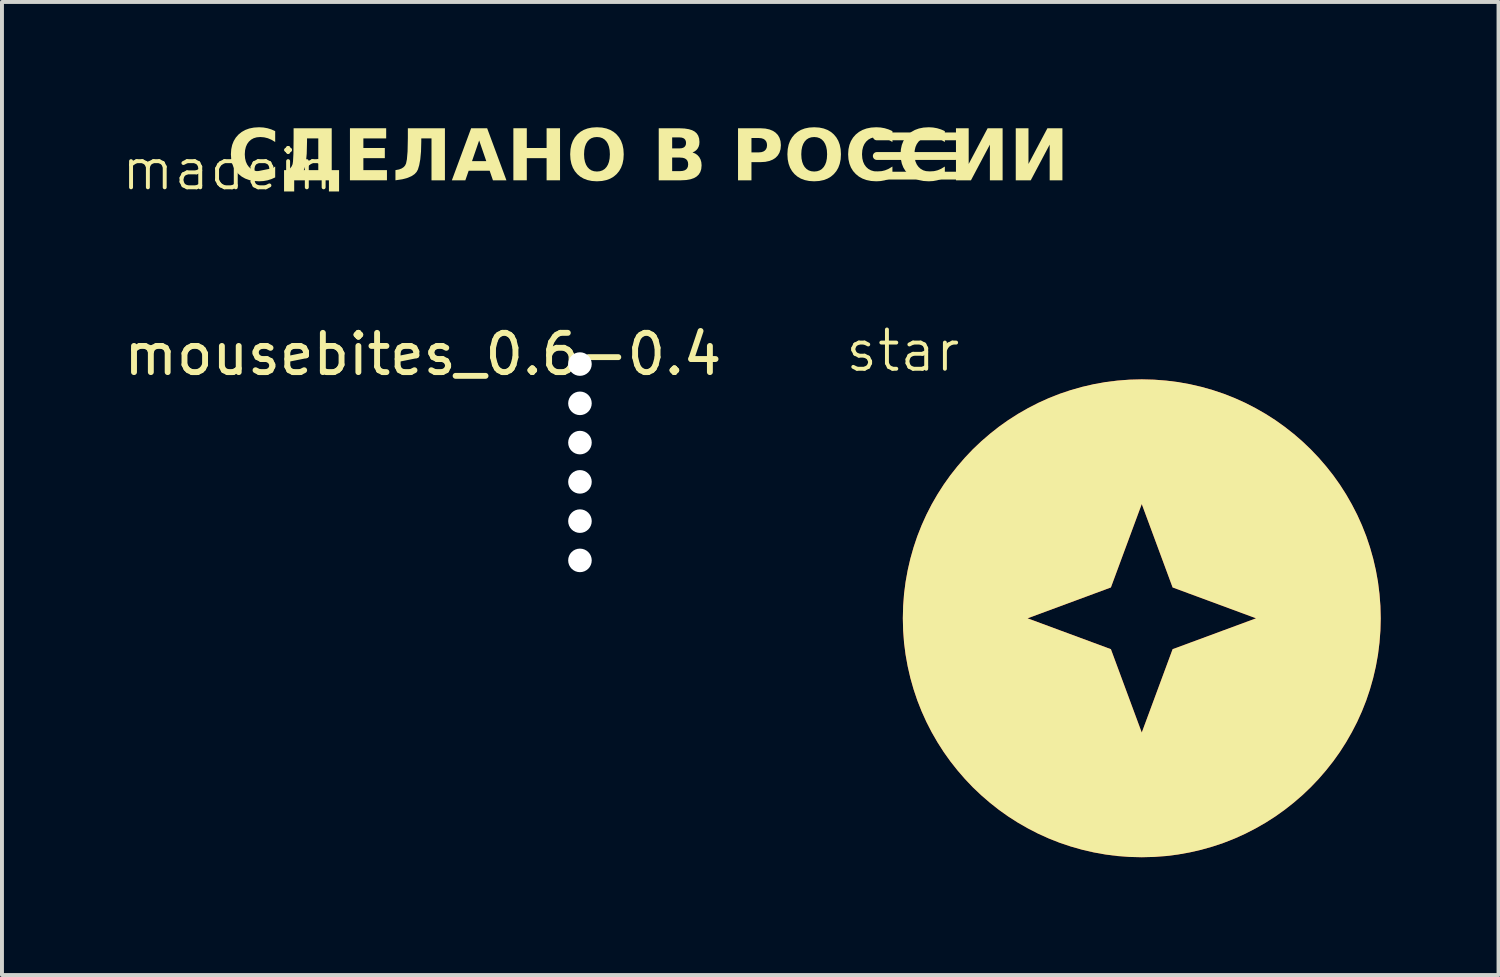
<source format=kicad_pcb>
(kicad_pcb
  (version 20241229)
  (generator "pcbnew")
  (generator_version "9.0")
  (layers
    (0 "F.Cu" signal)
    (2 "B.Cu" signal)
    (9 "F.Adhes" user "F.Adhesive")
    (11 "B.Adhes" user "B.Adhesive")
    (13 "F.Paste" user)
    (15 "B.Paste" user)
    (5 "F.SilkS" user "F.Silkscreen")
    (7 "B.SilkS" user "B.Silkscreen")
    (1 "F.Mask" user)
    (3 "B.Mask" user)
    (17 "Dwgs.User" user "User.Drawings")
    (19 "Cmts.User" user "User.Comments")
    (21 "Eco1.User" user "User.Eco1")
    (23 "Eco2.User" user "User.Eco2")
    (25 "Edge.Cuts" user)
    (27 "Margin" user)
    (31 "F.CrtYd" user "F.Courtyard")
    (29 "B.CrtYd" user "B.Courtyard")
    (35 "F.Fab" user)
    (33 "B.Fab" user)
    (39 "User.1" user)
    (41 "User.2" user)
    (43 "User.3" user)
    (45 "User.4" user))
  (footprint "madein"
    (layer "F.Cu")
    (at 2.74 1.763)
    (property "Reference" "madein" (at 0 -0.5 0) (unlocked yes) (layer "F.SilkS") (effects (font (size 1 1) (thickness 0.1))))
    (attr board_only exclude_from_pos_files exclude_from_bom)
    (fp_line (start 16.54 -1.34) (end 18.54 -1.34) (stroke (width 0.2) (type default)) (layer "F.SilkS"))
    (fp_line (start 16.54 -0.84) (end 18.54 -0.84) (stroke (width 0.2) (type default)) (layer "F.SilkS"))
    (fp_line (start 16.54 -0.34) (end 18.54 -0.34) (stroke (width 0.2) (type default)) (layer "F.SilkS"))
    (fp_text user "СДЕЛАНО В РОССИИ" (at 0 0 0) (unlocked yes) (layer "F.SilkS") (effects (font (face "GOST type B") (size 1.3 1.3) (thickness 0.2) (bold yes)) (justify left bottom))))
  (footprint "mousebites_0.6-0.4"
    (layer "F.Cu")
    (at 11.72 8.722)
    (property "Reference" "mousebites_0.6-0.4" (at -4 -2.75 0) (layer "F.SilkS") (effects (font (size 1 1) (thickness 0.15))))
    (attr board_only exclude_from_pos_files exclude_from_bom)
    (pad "" np_thru_hole circle (at 0 -2.5) (size 0.6 0.6) (drill 0.6) (layers "*.Cu" "*.Mask"))
    (pad "" np_thru_hole circle (at 0 -1.5) (size 0.6 0.6) (drill 0.6) (layers "*.Cu" "*.Mask"))
    (pad "" np_thru_hole circle (at 0 -0.5) (size 0.6 0.6) (drill 0.6) (layers "*.Cu" "*.Mask"))
    (pad "" np_thru_hole circle (at 0 0.5) (size 0.6 0.6) (drill 0.6) (layers "*.Cu" "*.Mask"))
    (pad "" np_thru_hole circle (at 0 1.5) (size 0.6 0.6) (drill 0.6) (layers "*.Cu" "*.Mask"))
    (pad "" np_thru_hole circle (at 0 2.5) (size 0.6 0.6) (drill 0.6) (layers "*.Cu" "*.Mask")))
  (footprint "star"
    (layer "F.Cu")
    (at 19.943 6.384)
    (property "Reference" "star" (at 0 -0.5 0) (unlocked yes) (layer "F.SilkS") (effects (font (size 1 1) (thickness 0.1))))
    (attr board_only exclude_from_pos_files exclude_from_bom)
    (fp_poly (pts (xy 6.399 0.235) (xy 6.708 0.259) (xy 7.012 0.297) (xy 7.312 0.351) (xy 7.606 0.419) (xy 7.895 0.501) (xy 8.178 0.596) (xy 8.454 0.705) (xy 8.724 0.827) (xy 8.986 0.962) (xy 9.241 1.108) (xy 9.488 1.266) (xy 9.726 1.436) (xy 9.956 1.617) (xy 10.177 1.808) (xy 10.388 2.009) (xy 10.59 2.221) (xy 10.781 2.442) (xy 10.962 2.671) (xy 11.132 2.91) (xy 11.29 3.157) (xy 11.436 3.412) (xy 11.571 3.674) (xy 11.693 3.944) (xy 11.802 4.22) (xy 11.897 4.503) (xy 11.979 4.792) (xy 12.047 5.086) (xy 12.101 5.386) (xy 12.139 5.69) (xy 12.163 5.999) (xy 12.171 6.313) (xy 12.163 6.626) (xy 12.139 6.935) (xy 12.101 7.239) (xy 12.047 7.539) (xy 11.979 7.833) (xy 11.897 8.122) (xy 11.802 8.405) (xy 11.693 8.681) (xy 11.571 8.951) (xy 11.436 9.213) (xy 11.29 9.468) (xy 11.132 9.715) (xy 10.962 9.954) (xy 10.781 10.183) (xy 10.59 10.404) (xy 10.388 10.616) (xy 10.177 10.817) (xy 9.956 11.008) (xy 9.726 11.189) (xy 9.488 11.359) (xy 9.241 11.517) (xy 8.986 11.663) (xy 8.724 11.798) (xy 8.454 11.92) (xy 8.178 12.029) (xy 7.895 12.124) (xy 7.606 12.206) (xy 7.312 12.274) (xy 7.012 12.328) (xy 6.708 12.367) (xy 6.399 12.39) (xy 6.085 12.398) (xy 5.772 12.39) (xy 5.463 12.367) (xy 5.159 12.328) (xy 4.859 12.274) (xy 4.565 12.206) (xy 4.276 12.124) (xy 3.993 12.029) (xy 3.717 11.92) (xy 3.447 11.798) (xy 3.185 11.663) (xy 2.93 11.517) (xy 2.683 11.359) (xy 2.444 11.189) (xy 2.215 11.008) (xy 1.994 10.817) (xy 1.782 10.616) (xy 1.581 10.404) (xy 1.39 10.183) (xy 1.209 9.954) (xy 1.039 9.715) (xy 0.881 9.468) (xy 0.734 9.213) (xy 0.6 8.951) (xy 0.478 8.681) (xy 0.369 8.405) (xy 0.274 8.122) (xy 0.192 7.833) (xy 0.124 7.539) (xy 0.07 7.239) (xy 0.031 6.935) (xy 0.008 6.626) (xy 0 6.313) (xy 3.175 6.313) (xy 5.299 7.099) (xy 6.085 9.223) (xy 6.871 7.099) (xy 8.996 6.313) (xy 6.871 5.527) (xy 6.085 3.402) (xy 5.299 5.527) (xy 3.175 6.313) (xy 0 6.313) (xy 0.008 5.999) (xy 0.031 5.69) (xy 0.07 5.386) (xy 0.124 5.086) (xy 0.192 4.792) (xy 0.274 4.503) (xy 0.369 4.22) (xy 0.478 3.944) (xy 0.6 3.674) (xy 0.734 3.412) (xy 0.881 3.157) (xy 1.039 2.91) (xy 1.209 2.671) (xy 1.39 2.442) (xy 1.581 2.221) (xy 1.782 2.009) (xy 1.994 1.808) (xy 2.215 1.617) (xy 2.444 1.436) (xy 2.683 1.266) (xy 2.93 1.108) (xy 3.185 0.962) (xy 3.447 0.827) (xy 3.717 0.705) (xy 3.993 0.596) (xy 4.276 0.501) (xy 4.565 0.419) (xy 4.859 0.351) (xy 5.159 0.297) (xy 5.463 0.259) (xy 5.772 0.235) (xy 6.085 0.227)) (stroke (width -0.000001) (type solid)) (fill yes) (layer "F.Cu"))
    (fp_poly (pts (xy 6.399 0.235) (xy 6.708 0.259) (xy 7.012 0.297) (xy 7.312 0.351) (xy 7.606 0.419) (xy 7.895 0.501) (xy 8.178 0.596) (xy 8.454 0.705) (xy 8.724 0.827) (xy 8.986 0.962) (xy 9.241 1.108) (xy 9.488 1.266) (xy 9.726 1.436) (xy 9.956 1.617) (xy 10.177 1.808) (xy 10.388 2.009) (xy 10.59 2.221) (xy 10.781 2.442) (xy 10.962 2.671) (xy 11.132 2.91) (xy 11.29 3.157) (xy 11.436 3.412) (xy 11.571 3.674) (xy 11.693 3.944) (xy 11.802 4.22) (xy 11.897 4.503) (xy 11.979 4.792) (xy 12.047 5.086) (xy 12.101 5.386) (xy 12.139 5.69) (xy 12.163 5.999) (xy 12.171 6.313) (xy 12.163 6.626) (xy 12.139 6.935) (xy 12.101 7.239) (xy 12.047 7.539) (xy 11.979 7.833) (xy 11.897 8.122) (xy 11.802 8.405) (xy 11.693 8.681) (xy 11.571 8.951) (xy 11.436 9.213) (xy 11.29 9.468) (xy 11.132 9.715) (xy 10.962 9.954) (xy 10.781 10.183) (xy 10.59 10.404) (xy 10.388 10.616) (xy 10.177 10.817) (xy 9.956 11.008) (xy 9.726 11.189) (xy 9.488 11.359) (xy 9.241 11.517) (xy 8.986 11.663) (xy 8.724 11.798) (xy 8.454 11.92) (xy 8.178 12.029) (xy 7.895 12.124) (xy 7.606 12.206) (xy 7.312 12.274) (xy 7.012 12.328) (xy 6.708 12.367) (xy 6.399 12.39) (xy 6.085 12.398) (xy 5.772 12.39) (xy 5.463 12.367) (xy 5.159 12.328) (xy 4.859 12.274) (xy 4.565 12.206) (xy 4.276 12.124) (xy 3.993 12.029) (xy 3.717 11.92) (xy 3.447 11.798) (xy 3.185 11.663) (xy 2.93 11.517) (xy 2.683 11.359) (xy 2.444 11.189) (xy 2.215 11.008) (xy 1.994 10.817) (xy 1.782 10.616) (xy 1.581 10.404) (xy 1.39 10.183) (xy 1.209 9.954) (xy 1.039 9.715) (xy 0.881 9.468) (xy 0.734 9.213) (xy 0.6 8.951) (xy 0.478 8.681) (xy 0.369 8.405) (xy 0.274 8.122) (xy 0.192 7.833) (xy 0.124 7.539) (xy 0.07 7.239) (xy 0.031 6.935) (xy 0.008 6.626) (xy 0 6.313) (xy 3.175 6.313) (xy 5.299 7.099) (xy 6.085 9.223) (xy 6.871 7.099) (xy 8.996 6.313) (xy 6.871 5.527) (xy 6.085 3.402) (xy 5.299 5.527) (xy 3.175 6.313) (xy 0 6.313) (xy 0.008 5.999) (xy 0.031 5.69) (xy 0.07 5.386) (xy 0.124 5.086) (xy 0.192 4.792) (xy 0.274 4.503) (xy 0.369 4.22) (xy 0.478 3.944) (xy 0.6 3.674) (xy 0.734 3.412) (xy 0.881 3.157) (xy 1.039 2.91) (xy 1.209 2.671) (xy 1.39 2.442) (xy 1.581 2.221) (xy 1.782 2.009) (xy 1.994 1.808) (xy 2.215 1.617) (xy 2.444 1.436) (xy 2.683 1.266) (xy 2.93 1.108) (xy 3.185 0.962) (xy 3.447 0.827) (xy 3.717 0.705) (xy 3.993 0.596) (xy 4.276 0.501) (xy 4.565 0.419) (xy 4.859 0.351) (xy 5.159 0.297) (xy 5.463 0.259) (xy 5.772 0.235) (xy 6.085 0.227)) (stroke (width -0.000001) (type solid)) (fill yes) (layer "F.SilkS")))
  (gr_rect
    (start -3 -3)
    (end 35.114 21.782)
    (stroke (width 0.1) (type default))
    (fill no)
    (layer "Edge.Cuts")))
</source>
